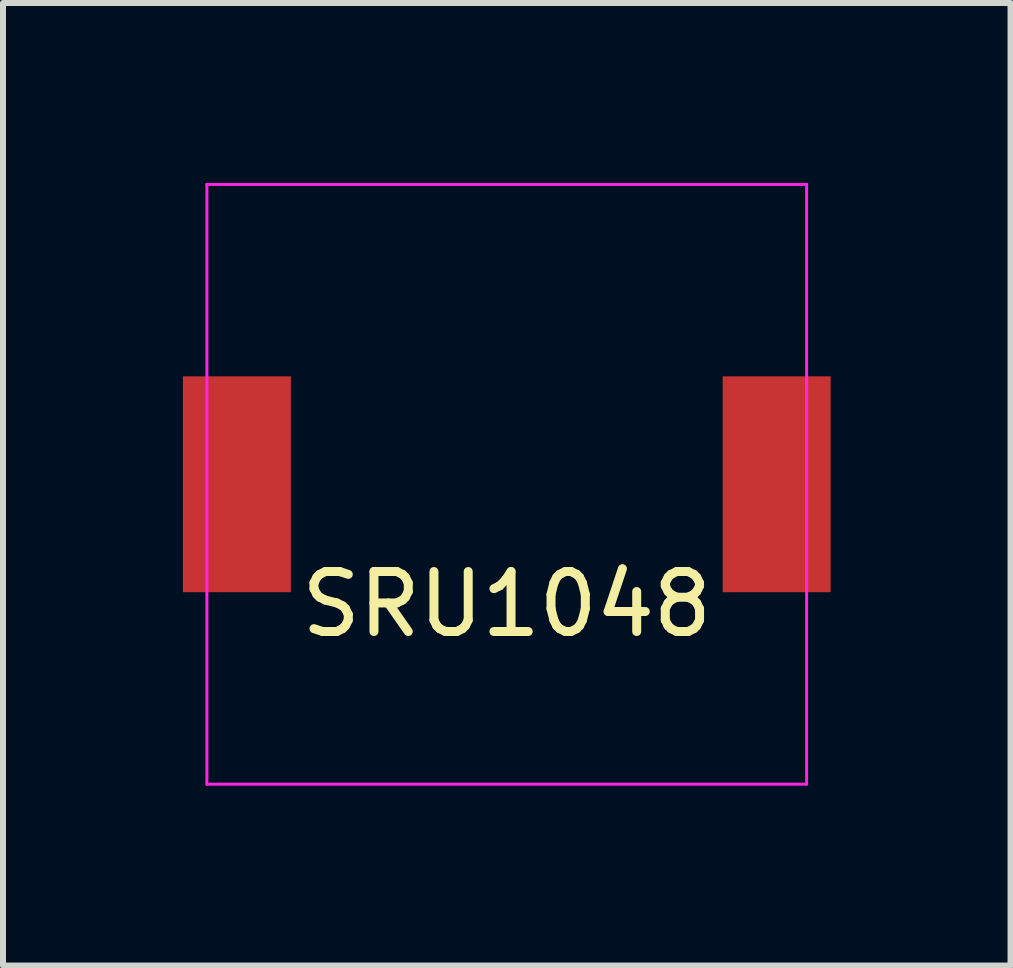
<source format=kicad_pcb>
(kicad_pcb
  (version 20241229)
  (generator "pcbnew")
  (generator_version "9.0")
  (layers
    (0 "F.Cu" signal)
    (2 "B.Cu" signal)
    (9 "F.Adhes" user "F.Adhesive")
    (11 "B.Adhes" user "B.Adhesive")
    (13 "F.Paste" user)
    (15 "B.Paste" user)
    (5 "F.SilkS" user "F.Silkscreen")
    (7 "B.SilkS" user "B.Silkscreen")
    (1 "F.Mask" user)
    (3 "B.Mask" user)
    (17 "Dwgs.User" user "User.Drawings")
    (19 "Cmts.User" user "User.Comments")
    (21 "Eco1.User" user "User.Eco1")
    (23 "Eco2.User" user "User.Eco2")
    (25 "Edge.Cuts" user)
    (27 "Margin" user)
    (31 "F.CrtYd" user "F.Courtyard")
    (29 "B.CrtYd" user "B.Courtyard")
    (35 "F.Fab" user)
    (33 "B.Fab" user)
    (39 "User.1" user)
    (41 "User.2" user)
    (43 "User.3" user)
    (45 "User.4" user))
  (footprint "SRU1048"
    (layer "F.Cu")
    (at 5.4 5.025)
    (property "Reference" "SRU1048" (at 0 2 0) (layer "F.SilkS") (effects (font (size 1 1) (thickness 0.15))))
    (attr through_hole)
    (fp_line (start -5 -5) (end -5 5) (stroke (width 0.05) (type solid)) (layer "F.CrtYd"))
    (fp_line (start -5 5) (end 5 5) (stroke (width 0.05) (type solid)) (layer "F.CrtYd"))
    (fp_line (start 5 -5) (end -5 -5) (stroke (width 0.05) (type solid)) (layer "F.CrtYd"))
    (fp_line (start 5 5) (end 5 -5) (stroke (width 0.05) (type solid)) (layer "F.CrtYd"))
    (pad "1" smd rect (at 4.5 0) (size 1.8 3.6) (layers "F.Cu" "F.Mask" "F.Paste"))
    (pad "2" smd rect (at -4.5 0) (size 1.8 3.6) (layers "F.Cu" "F.Mask" "F.Paste")))
  (gr_rect
    (start -3 -3)
    (end 13.8 13.05)
    (stroke (width 0.1) (type default))
    (fill no)
    (layer "Edge.Cuts")))
</source>
